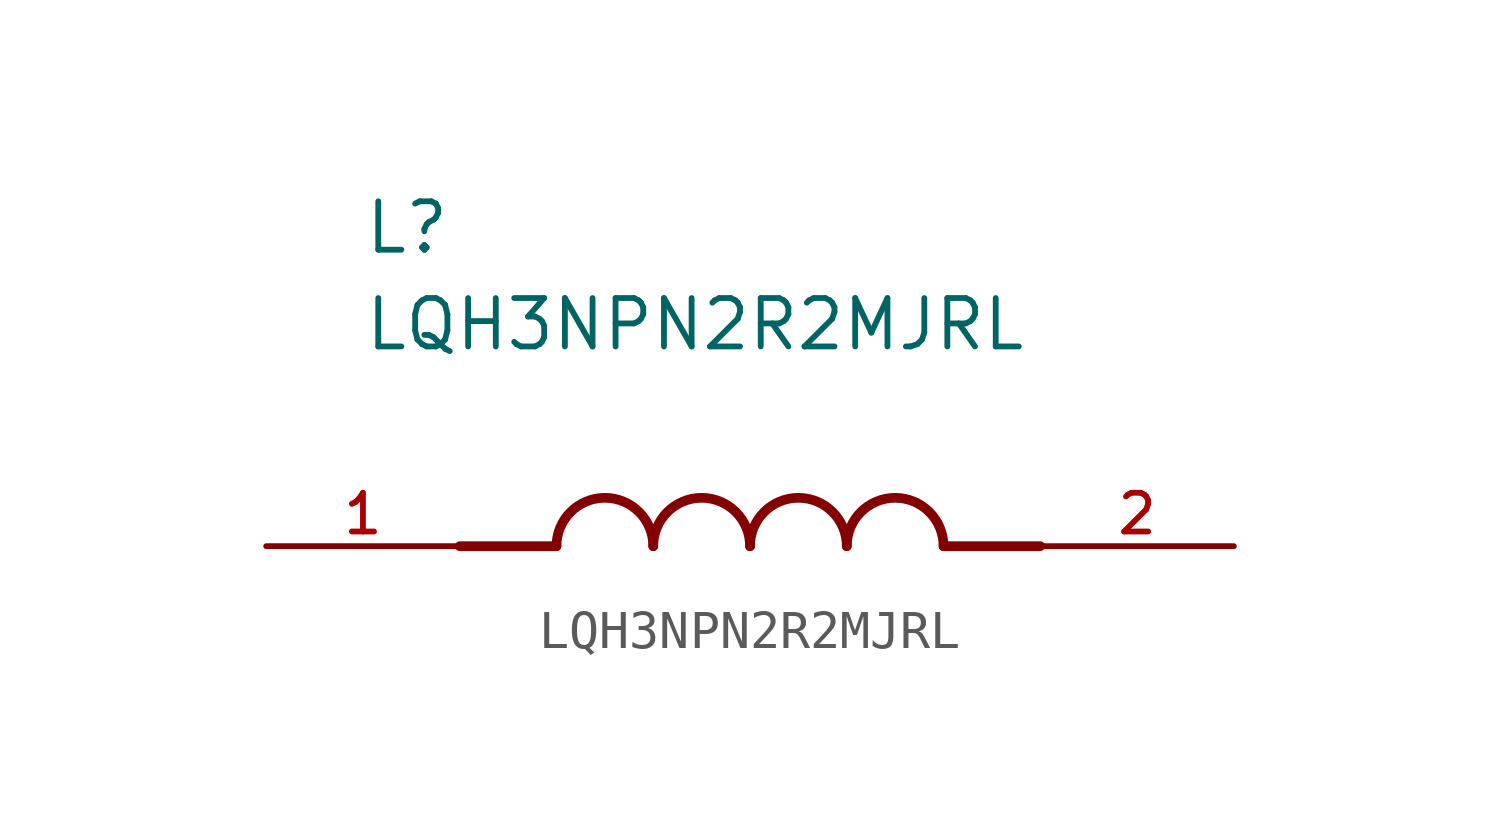
<source format=kicad_sym>
(kicad_symbol_lib
  (version 20211014)
  (generator kicad_symbol_editor)
  (symbol "LQH3NPN2R2MJRL"
    (pin_names
      (offset 1.016))
    (property "Reference" "L"
      (at -10.16 7.62 0)
      (effects (font (size 1.27 1.27)) (justify bottom left)))
    (property "Value" "LQH3NPN2R2MJRL"
      (at -10.16 5.08 0)
      (effects (font (size 1.27 1.27)) (justify bottom left)))
    (symbol "LQH3NPN2R2MJRL_0_0"
      (polyline (pts (xy -5.08 0.0) (xy -7.62 0.0)) (stroke (width 0.254)))
      (polyline (pts (xy 5.08 0.0) (xy 7.62 0.0)) (stroke (width 0.254)))
      (arc (start -2.54 0.0) (mid -3.81 1.27) (end -5.08 0.0) (stroke (width 0.254) (type default) (color 0 0 0 0)) (fill (type none)))
      (arc (start 0.0 0.0) (mid -1.27 1.27) (end -2.54 0.0) (stroke (width 0.254) (type default) (color 0 0 0 0)) (fill (type none)))
      (arc (start 2.54 0.0) (mid 1.27 1.27) (end 0.0 0.0) (stroke (width 0.254) (type default) (color 0 0 0 0)) (fill (type none)))
      (arc (start 5.08 0.0) (mid 3.81 1.27) (end 2.54 0.0) (stroke (width 0.254) (type default) (color 0 0 0 0)) (fill (type none)))
      (pin passive line (at -12.7 0.0 0) (length 5.08) (name "~" (effects (font (size 1.016 1.016)))) (number "1" (effects (font (size 1.016 1.016)))))
      (pin passive line (at 12.7 0.0 180.0) (length 5.08) (name "~" (effects (font (size 1.016 1.016)))) (number "2" (effects (font (size 1.016 1.016))))))))
</source>
